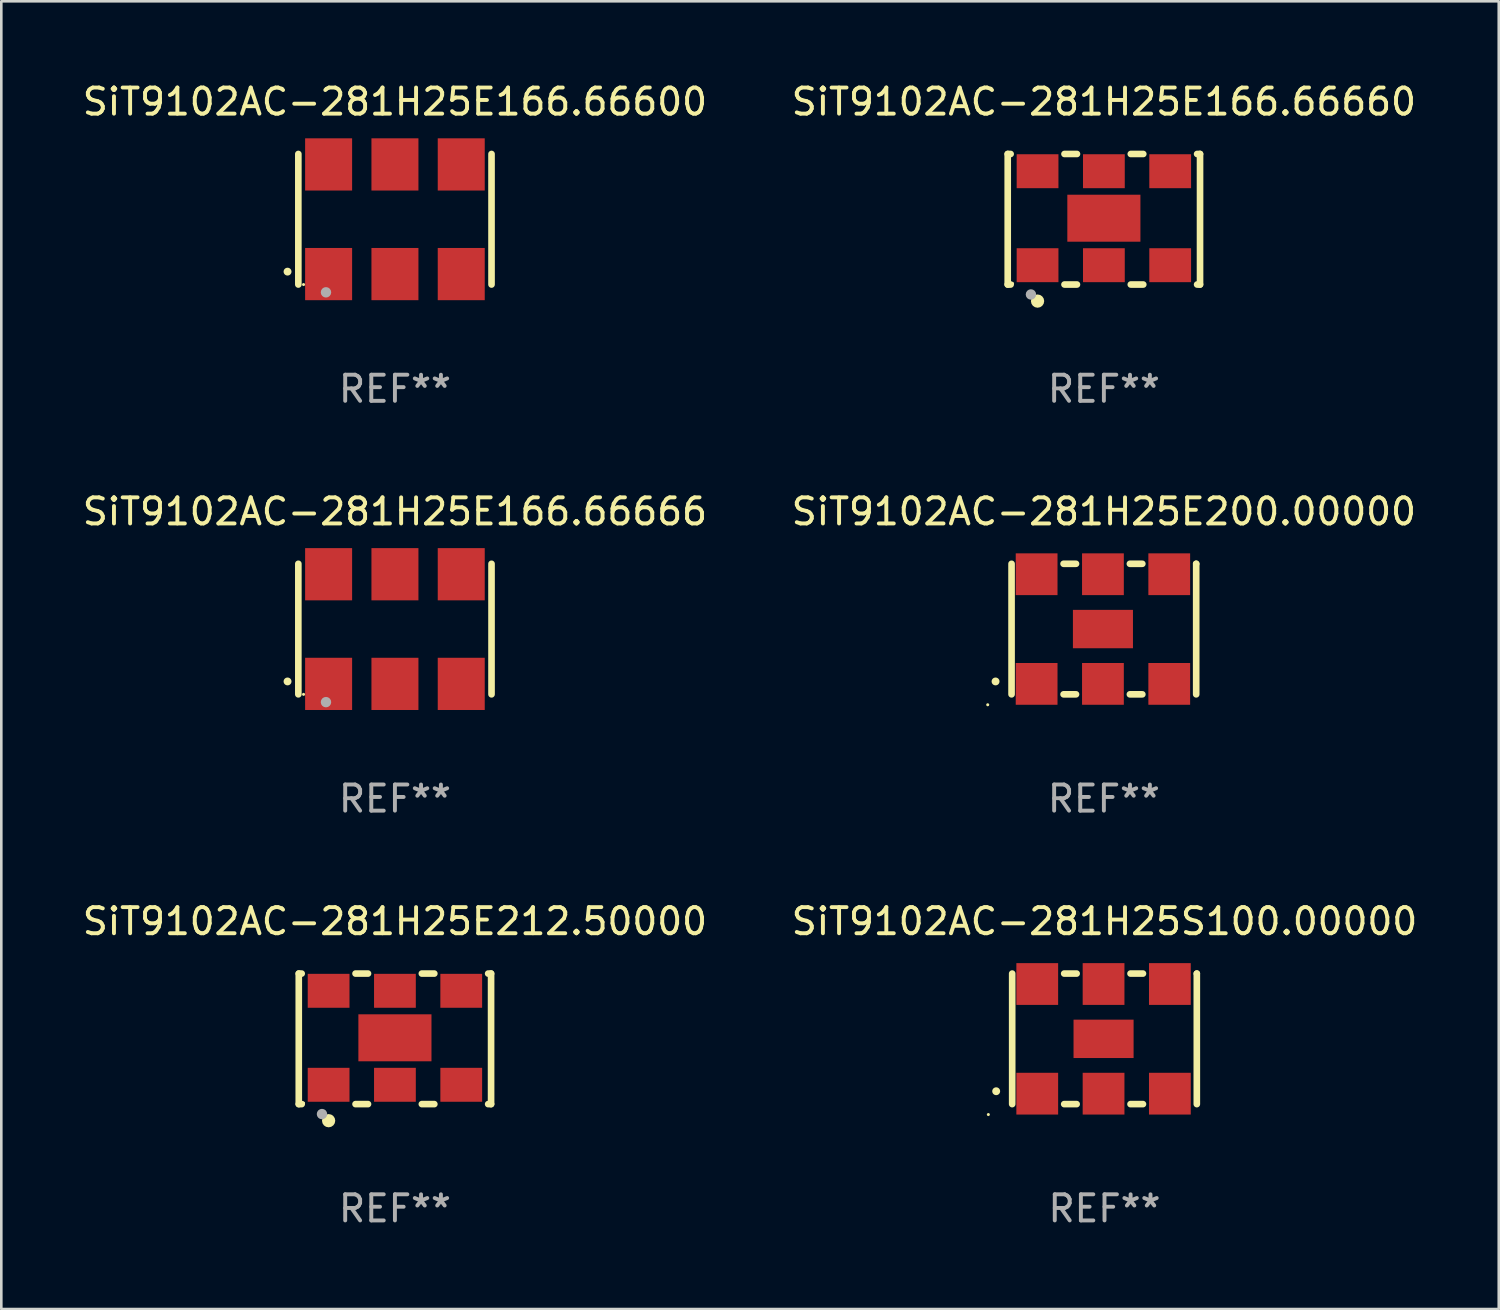
<source format=kicad_pcb>
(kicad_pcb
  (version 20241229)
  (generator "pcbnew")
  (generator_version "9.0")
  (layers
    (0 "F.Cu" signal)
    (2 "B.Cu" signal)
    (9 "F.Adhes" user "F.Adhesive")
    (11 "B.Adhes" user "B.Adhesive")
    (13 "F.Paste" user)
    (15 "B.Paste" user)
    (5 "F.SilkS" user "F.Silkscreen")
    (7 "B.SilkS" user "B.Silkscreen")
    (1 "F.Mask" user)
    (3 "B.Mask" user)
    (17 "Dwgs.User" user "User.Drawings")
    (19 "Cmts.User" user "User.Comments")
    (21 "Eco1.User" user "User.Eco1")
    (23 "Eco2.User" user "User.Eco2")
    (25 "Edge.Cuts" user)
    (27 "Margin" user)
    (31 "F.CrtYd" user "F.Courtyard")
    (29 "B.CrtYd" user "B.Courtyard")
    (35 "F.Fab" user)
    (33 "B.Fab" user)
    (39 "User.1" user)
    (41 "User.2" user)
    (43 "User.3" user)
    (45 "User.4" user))
  (footprint "SiT9102AC-281H25E166.66660"
    (layer "F.Cu")
    (at 39.232 5.348)
    (property "Reference" "SiT9102AC-281H25E166.66660" (at 0 -4.5 0) (layer "F.SilkS") (effects (font (size 1 1) (thickness 0.15))))
    (attr through_hole)
    (fp_line (start -3.683 -2.5) (end -3.571 -2.5) (stroke (width 0.254) (type solid)) (layer "F.SilkS"))
    (fp_line (start -3.683 2.5) (end -3.683 -2.5) (stroke (width 0.254) (type solid)) (layer "F.SilkS"))
    (fp_line (start -3.683 2.5) (end -3.571 2.5) (stroke (width 0.254) (type solid)) (layer "F.SilkS"))
    (fp_line (start -1.509 -2.5) (end -1.031 -2.5) (stroke (width 0.254) (type solid)) (layer "F.SilkS"))
    (fp_line (start -1.509 2.5) (end -1.031 2.5) (stroke (width 0.254) (type solid)) (layer "F.SilkS"))
    (fp_line (start 1.031 -2.5) (end 1.509 -2.5) (stroke (width 0.254) (type solid)) (layer "F.SilkS"))
    (fp_line (start 1.031 2.5) (end 1.509 2.5) (stroke (width 0.254) (type solid)) (layer "F.SilkS"))
    (fp_line (start 3.571 -2.5) (end 3.683 -2.5) (stroke (width 0.254) (type solid)) (layer "F.SilkS"))
    (fp_line (start 3.571 2.5) (end 3.683 2.5) (stroke (width 0.254) (type solid)) (layer "F.SilkS"))
    (fp_line (start 3.683 2.5) (end 3.683 -2.5) (stroke (width 0.254) (type solid)) (layer "F.SilkS"))
    (fp_circle (center -3.5 2.46) (end -3.47 2.46) (stroke (width 0.06) (type solid)) (fill no) (layer "F.SilkS"))
    (fp_circle (center -2.54 3.135) (end -2.413 3.135) (stroke (width 0.254) (type solid)) (fill no) (layer "F.SilkS"))
    (fp_circle (center -2.794 2.881) (end -2.694 2.881) (stroke (width 0.2) (type solid)) (fill no) (layer "F.Fab"))
    (fp_text user "REF**" (at 0 6.5 0) (layer "F.Fab") (effects (font (size 1 1) (thickness 0.15))))
    (pad "1" smd rect (at -2.54 1.76) (size 1.6 1.3) (layers "F.Cu" "F.Mask" "F.Paste"))
    (pad "2" smd rect (at 0 1.76) (size 1.6 1.3) (layers "F.Cu" "F.Mask" "F.Paste"))
    (pad "3" smd rect (at 2.54 1.76) (size 1.6 1.3) (layers "F.Cu" "F.Mask" "F.Paste"))
    (pad "4" smd rect (at 2.54 -1.84) (size 1.6 1.3) (layers "F.Cu" "F.Mask" "F.Paste"))
    (pad "5" smd rect (at 0 -1.84) (size 1.6 1.3) (layers "F.Cu" "F.Mask" "F.Paste"))
    (pad "6" smd rect (at -2.54 -1.84) (size 1.6 1.3) (layers "F.Cu" "F.Mask" "F.Paste"))
    (pad "7" smd rect (at 0 -0.04) (size 2.8 1.8) (layers "F.Cu" "F.Mask" "F.Paste")))
  (footprint "SiT9102AC-281H25E200.00000"
    (layer "F.Cu")
    (at 39.232 21.045)
    (property "Reference" "SiT9102AC-281H25E200.00000" (at 0 -4.5 0) (layer "F.SilkS") (effects (font (size 1 1) (thickness 0.15))))
    (attr through_hole)
    (fp_line (start -3.536 -2.5) (end -3.536 2.5) (stroke (width 0.254) (type solid)) (layer "F.SilkS"))
    (fp_line (start -1.544 2.5) (end -1.067 2.5) (stroke (width 0.254) (type solid)) (layer "F.SilkS"))
    (fp_line (start -1.067 -2.5) (end -1.544 -2.5) (stroke (width 0.254) (type solid)) (layer "F.SilkS"))
    (fp_line (start 0.996 2.5) (end 1.473 2.5) (stroke (width 0.254) (type solid)) (layer "F.SilkS"))
    (fp_line (start 1.473 -2.5) (end 0.996 -2.5) (stroke (width 0.254) (type solid)) (layer "F.SilkS"))
    (fp_line (start 3.536 -2.5) (end 3.536 -2.5) (stroke (width 0.254) (type solid)) (layer "F.SilkS"))
    (fp_line (start 3.536 2.5) (end 3.536 -2.5) (stroke (width 0.254) (type solid)) (layer "F.SilkS"))
    (fp_arc (start -4.150432 2.006604) (mid -4.149162 2.006599) (end -4.147892 2.006604) (stroke (width 0.3) (type solid)) (layer "F.SilkS"))
    (fp_circle (center -4.449 2.9) (end -4.419 2.9) (stroke (width 0.06) (type solid)) (fill no) (layer "F.SilkS"))
    (fp_text user "REF**" (at 0 6.5 0) (layer "F.Fab") (effects (font (size 1 1) (thickness 0.15))))
    (pad "1" smd rect (at -2.576 2.1) (size 1.6 1.6) (layers "F.Cu" "F.Mask" "F.Paste"))
    (pad "2" smd rect (at -0.036 2.1) (size 1.6 1.6) (layers "F.Cu" "F.Mask" "F.Paste"))
    (pad "3" smd rect (at 2.504 2.1) (size 1.6 1.6) (layers "F.Cu" "F.Mask" "F.Paste"))
    (pad "4" smd rect (at 2.504 -2.1) (size 1.6 1.6) (layers "F.Cu" "F.Mask" "F.Paste"))
    (pad "5" smd rect (at -0.036 -2.1) (size 1.6 1.6) (layers "F.Cu" "F.Mask" "F.Paste"))
    (pad "6" smd rect (at -2.576 -2.1) (size 1.6 1.6) (layers "F.Cu" "F.Mask" "F.Paste"))
    (pad "7" smd rect (at -0.036 0) (size 2.3 1.47) (layers "F.Cu" "F.Mask" "F.Paste")))
  (footprint "SiT9102AC-281H25E166.66666"
    (layer "F.Cu")
    (at 12.077 21.045)
    (property "Reference" "SiT9102AC-281H25E166.66666" (at 0 -4.5 0) (layer "F.SilkS") (effects (font (size 1 1) (thickness 0.15))))
    (attr through_hole)
    (fp_line (start -3.7 -2.5) (end -3.7 2.5) (stroke (width 0.254) (type solid)) (layer "F.SilkS"))
    (fp_line (start 3.7 -2.5) (end 3.7 2.5) (stroke (width 0.254) (type solid)) (layer "F.SilkS"))
    (fp_arc (start -4.114415 2.006604) (mid -4.113145 2.006599) (end -4.111875 2.006604) (stroke (width 0.3) (type solid)) (layer "F.SilkS"))
    (fp_circle (center -3.5 2.501) (end -3.47 2.501) (stroke (width 0.06) (type solid)) (fill no) (layer "F.SilkS"))
    (fp_circle (center -2.641 2.799) (end -2.541 2.799) (stroke (width 0.2) (type solid)) (fill no) (layer "F.Fab"))
    (fp_text user "REF**" (at 0 6.5 0) (layer "F.Fab") (effects (font (size 1 1) (thickness 0.15))))
    (pad "1" smd rect (at -2.54 2.1) (size 1.8 2) (layers "F.Cu" "F.Mask" "F.Paste"))
    (pad "2" smd rect (at 0.000394 2.1) (size 1.8 2) (layers "F.Cu" "F.Mask" "F.Paste"))
    (pad "3" smd rect (at 2.54 2.1) (size 1.8 2) (layers "F.Cu" "F.Mask" "F.Paste"))
    (pad "4" smd rect (at 2.54 -2.1) (size 1.8 2) (layers "F.Cu" "F.Mask" "F.Paste"))
    (pad "5" smd rect (at 0.000394 -2.1) (size 1.8 2) (layers "F.Cu" "F.Mask" "F.Paste"))
    (pad "6" smd rect (at -2.54 -2.1) (size 1.8 2) (layers "F.Cu" "F.Mask" "F.Paste")))
  (footprint "SiT9102AC-281H25E212.50000"
    (layer "F.Cu")
    (at 12.077 36.741)
    (property "Reference" "SiT9102AC-281H25E212.50000" (at 0 -4.5 0) (layer "F.SilkS") (effects (font (size 1 1) (thickness 0.15))))
    (attr through_hole)
    (fp_line (start -3.683 -2.5) (end -3.571 -2.5) (stroke (width 0.254) (type solid)) (layer "F.SilkS"))
    (fp_line (start -3.683 2.5) (end -3.683 -2.5) (stroke (width 0.254) (type solid)) (layer "F.SilkS"))
    (fp_line (start -3.683 2.5) (end -3.571 2.5) (stroke (width 0.254) (type solid)) (layer "F.SilkS"))
    (fp_line (start -1.509 -2.5) (end -1.031 -2.5) (stroke (width 0.254) (type solid)) (layer "F.SilkS"))
    (fp_line (start -1.509 2.5) (end -1.031 2.5) (stroke (width 0.254) (type solid)) (layer "F.SilkS"))
    (fp_line (start 1.031 -2.5) (end 1.509 -2.5) (stroke (width 0.254) (type solid)) (layer "F.SilkS"))
    (fp_line (start 1.031 2.5) (end 1.509 2.5) (stroke (width 0.254) (type solid)) (layer "F.SilkS"))
    (fp_line (start 3.571 -2.5) (end 3.683 -2.5) (stroke (width 0.254) (type solid)) (layer "F.SilkS"))
    (fp_line (start 3.571 2.5) (end 3.683 2.5) (stroke (width 0.254) (type solid)) (layer "F.SilkS"))
    (fp_line (start 3.683 2.5) (end 3.683 -2.5) (stroke (width 0.254) (type solid)) (layer "F.SilkS"))
    (fp_circle (center -3.5 2.46) (end -3.47 2.46) (stroke (width 0.06) (type solid)) (fill no) (layer "F.SilkS"))
    (fp_circle (center -2.54 3.135) (end -2.413 3.135) (stroke (width 0.254) (type solid)) (fill no) (layer "F.SilkS"))
    (fp_circle (center -2.794 2.881) (end -2.694 2.881) (stroke (width 0.2) (type solid)) (fill no) (layer "F.Fab"))
    (fp_text user "REF**" (at 0 6.5 0) (layer "F.Fab") (effects (font (size 1 1) (thickness 0.15))))
    (pad "1" smd rect (at -2.54 1.76) (size 1.6 1.3) (layers "F.Cu" "F.Mask" "F.Paste"))
    (pad "2" smd rect (at 0 1.76) (size 1.6 1.3) (layers "F.Cu" "F.Mask" "F.Paste"))
    (pad "3" smd rect (at 2.54 1.76) (size 1.6 1.3) (layers "F.Cu" "F.Mask" "F.Paste"))
    (pad "4" smd rect (at 2.54 -1.84) (size 1.6 1.3) (layers "F.Cu" "F.Mask" "F.Paste"))
    (pad "5" smd rect (at 0 -1.84) (size 1.6 1.3) (layers "F.Cu" "F.Mask" "F.Paste"))
    (pad "6" smd rect (at -2.54 -1.84) (size 1.6 1.3) (layers "F.Cu" "F.Mask" "F.Paste"))
    (pad "7" smd rect (at 0 -0.04) (size 2.8 1.8) (layers "F.Cu" "F.Mask" "F.Paste")))
  (footprint "SiT9102AC-281H25E166.66600"
    (layer "F.Cu")
    (at 12.077 5.348)
    (property "Reference" "SiT9102AC-281H25E166.66600" (at 0 -4.5 0) (layer "F.SilkS") (effects (font (size 1 1) (thickness 0.15))))
    (attr through_hole)
    (fp_line (start -3.7 -2.5) (end -3.7 2.5) (stroke (width 0.254) (type solid)) (layer "F.SilkS"))
    (fp_line (start 3.7 -2.5) (end 3.7 2.5) (stroke (width 0.254) (type solid)) (layer "F.SilkS"))
    (fp_arc (start -4.114415 2.006604) (mid -4.113145 2.006599) (end -4.111875 2.006604) (stroke (width 0.3) (type solid)) (layer "F.SilkS"))
    (fp_circle (center -3.5 2.501) (end -3.47 2.501) (stroke (width 0.06) (type solid)) (fill no) (layer "F.SilkS"))
    (fp_circle (center -2.641 2.799) (end -2.541 2.799) (stroke (width 0.2) (type solid)) (fill no) (layer "F.Fab"))
    (fp_text user "REF**" (at 0 6.5 0) (layer "F.Fab") (effects (font (size 1 1) (thickness 0.15))))
    (pad "1" smd rect (at -2.54 2.1) (size 1.8 2) (layers "F.Cu" "F.Mask" "F.Paste"))
    (pad "2" smd rect (at 0.000394 2.1) (size 1.8 2) (layers "F.Cu" "F.Mask" "F.Paste"))
    (pad "3" smd rect (at 2.54 2.1) (size 1.8 2) (layers "F.Cu" "F.Mask" "F.Paste"))
    (pad "4" smd rect (at 2.54 -2.1) (size 1.8 2) (layers "F.Cu" "F.Mask" "F.Paste"))
    (pad "5" smd rect (at 0.000394 -2.1) (size 1.8 2) (layers "F.Cu" "F.Mask" "F.Paste"))
    (pad "6" smd rect (at -2.54 -2.1) (size 1.8 2) (layers "F.Cu" "F.Mask" "F.Paste")))
  (footprint "SiT9102AC-281H25S100.00000"
    (layer "F.Cu")
    (at 39.256 36.741)
    (property "Reference" "SiT9102AC-281H25S100.00000" (at 0 -4.5 0) (layer "F.SilkS") (effects (font (size 1 1) (thickness 0.15))))
    (attr through_hole)
    (fp_line (start -3.536 -2.5) (end -3.536 2.5) (stroke (width 0.254) (type solid)) (layer "F.SilkS"))
    (fp_line (start -1.544 2.5) (end -1.067 2.5) (stroke (width 0.254) (type solid)) (layer "F.SilkS"))
    (fp_line (start -1.067 -2.5) (end -1.544 -2.5) (stroke (width 0.254) (type solid)) (layer "F.SilkS"))
    (fp_line (start 0.996 2.5) (end 1.473 2.5) (stroke (width 0.254) (type solid)) (layer "F.SilkS"))
    (fp_line (start 1.473 -2.5) (end 0.996 -2.5) (stroke (width 0.254) (type solid)) (layer "F.SilkS"))
    (fp_line (start 3.536 -2.5) (end 3.536 -2.5) (stroke (width 0.254) (type solid)) (layer "F.SilkS"))
    (fp_line (start 3.536 2.5) (end 3.536 -2.5) (stroke (width 0.254) (type solid)) (layer "F.SilkS"))
    (fp_arc (start -4.150432 2.006604) (mid -4.149162 2.006599) (end -4.147892 2.006604) (stroke (width 0.3) (type solid)) (layer "F.SilkS"))
    (fp_circle (center -4.449 2.9) (end -4.419 2.9) (stroke (width 0.06) (type solid)) (fill no) (layer "F.SilkS"))
    (fp_text user "REF**" (at 0 6.5 0) (layer "F.Fab") (effects (font (size 1 1) (thickness 0.15))))
    (pad "1" smd rect (at -2.576 2.1) (size 1.6 1.6) (layers "F.Cu" "F.Mask" "F.Paste"))
    (pad "2" smd rect (at -0.036 2.1) (size 1.6 1.6) (layers "F.Cu" "F.Mask" "F.Paste"))
    (pad "3" smd rect (at 2.504 2.1) (size 1.6 1.6) (layers "F.Cu" "F.Mask" "F.Paste"))
    (pad "4" smd rect (at 2.504 -2.1) (size 1.6 1.6) (layers "F.Cu" "F.Mask" "F.Paste"))
    (pad "5" smd rect (at -0.036 -2.1) (size 1.6 1.6) (layers "F.Cu" "F.Mask" "F.Paste"))
    (pad "6" smd rect (at -2.576 -2.1) (size 1.6 1.6) (layers "F.Cu" "F.Mask" "F.Paste"))
    (pad "7" smd rect (at -0.036 0) (size 2.3 1.47) (layers "F.Cu" "F.Mask" "F.Paste")))
  (gr_rect
    (start -3 -3)
    (end 54.357 47.09)
    (stroke (width 0.1) (type default))
    (fill no)
    (layer "Edge.Cuts")))
</source>
